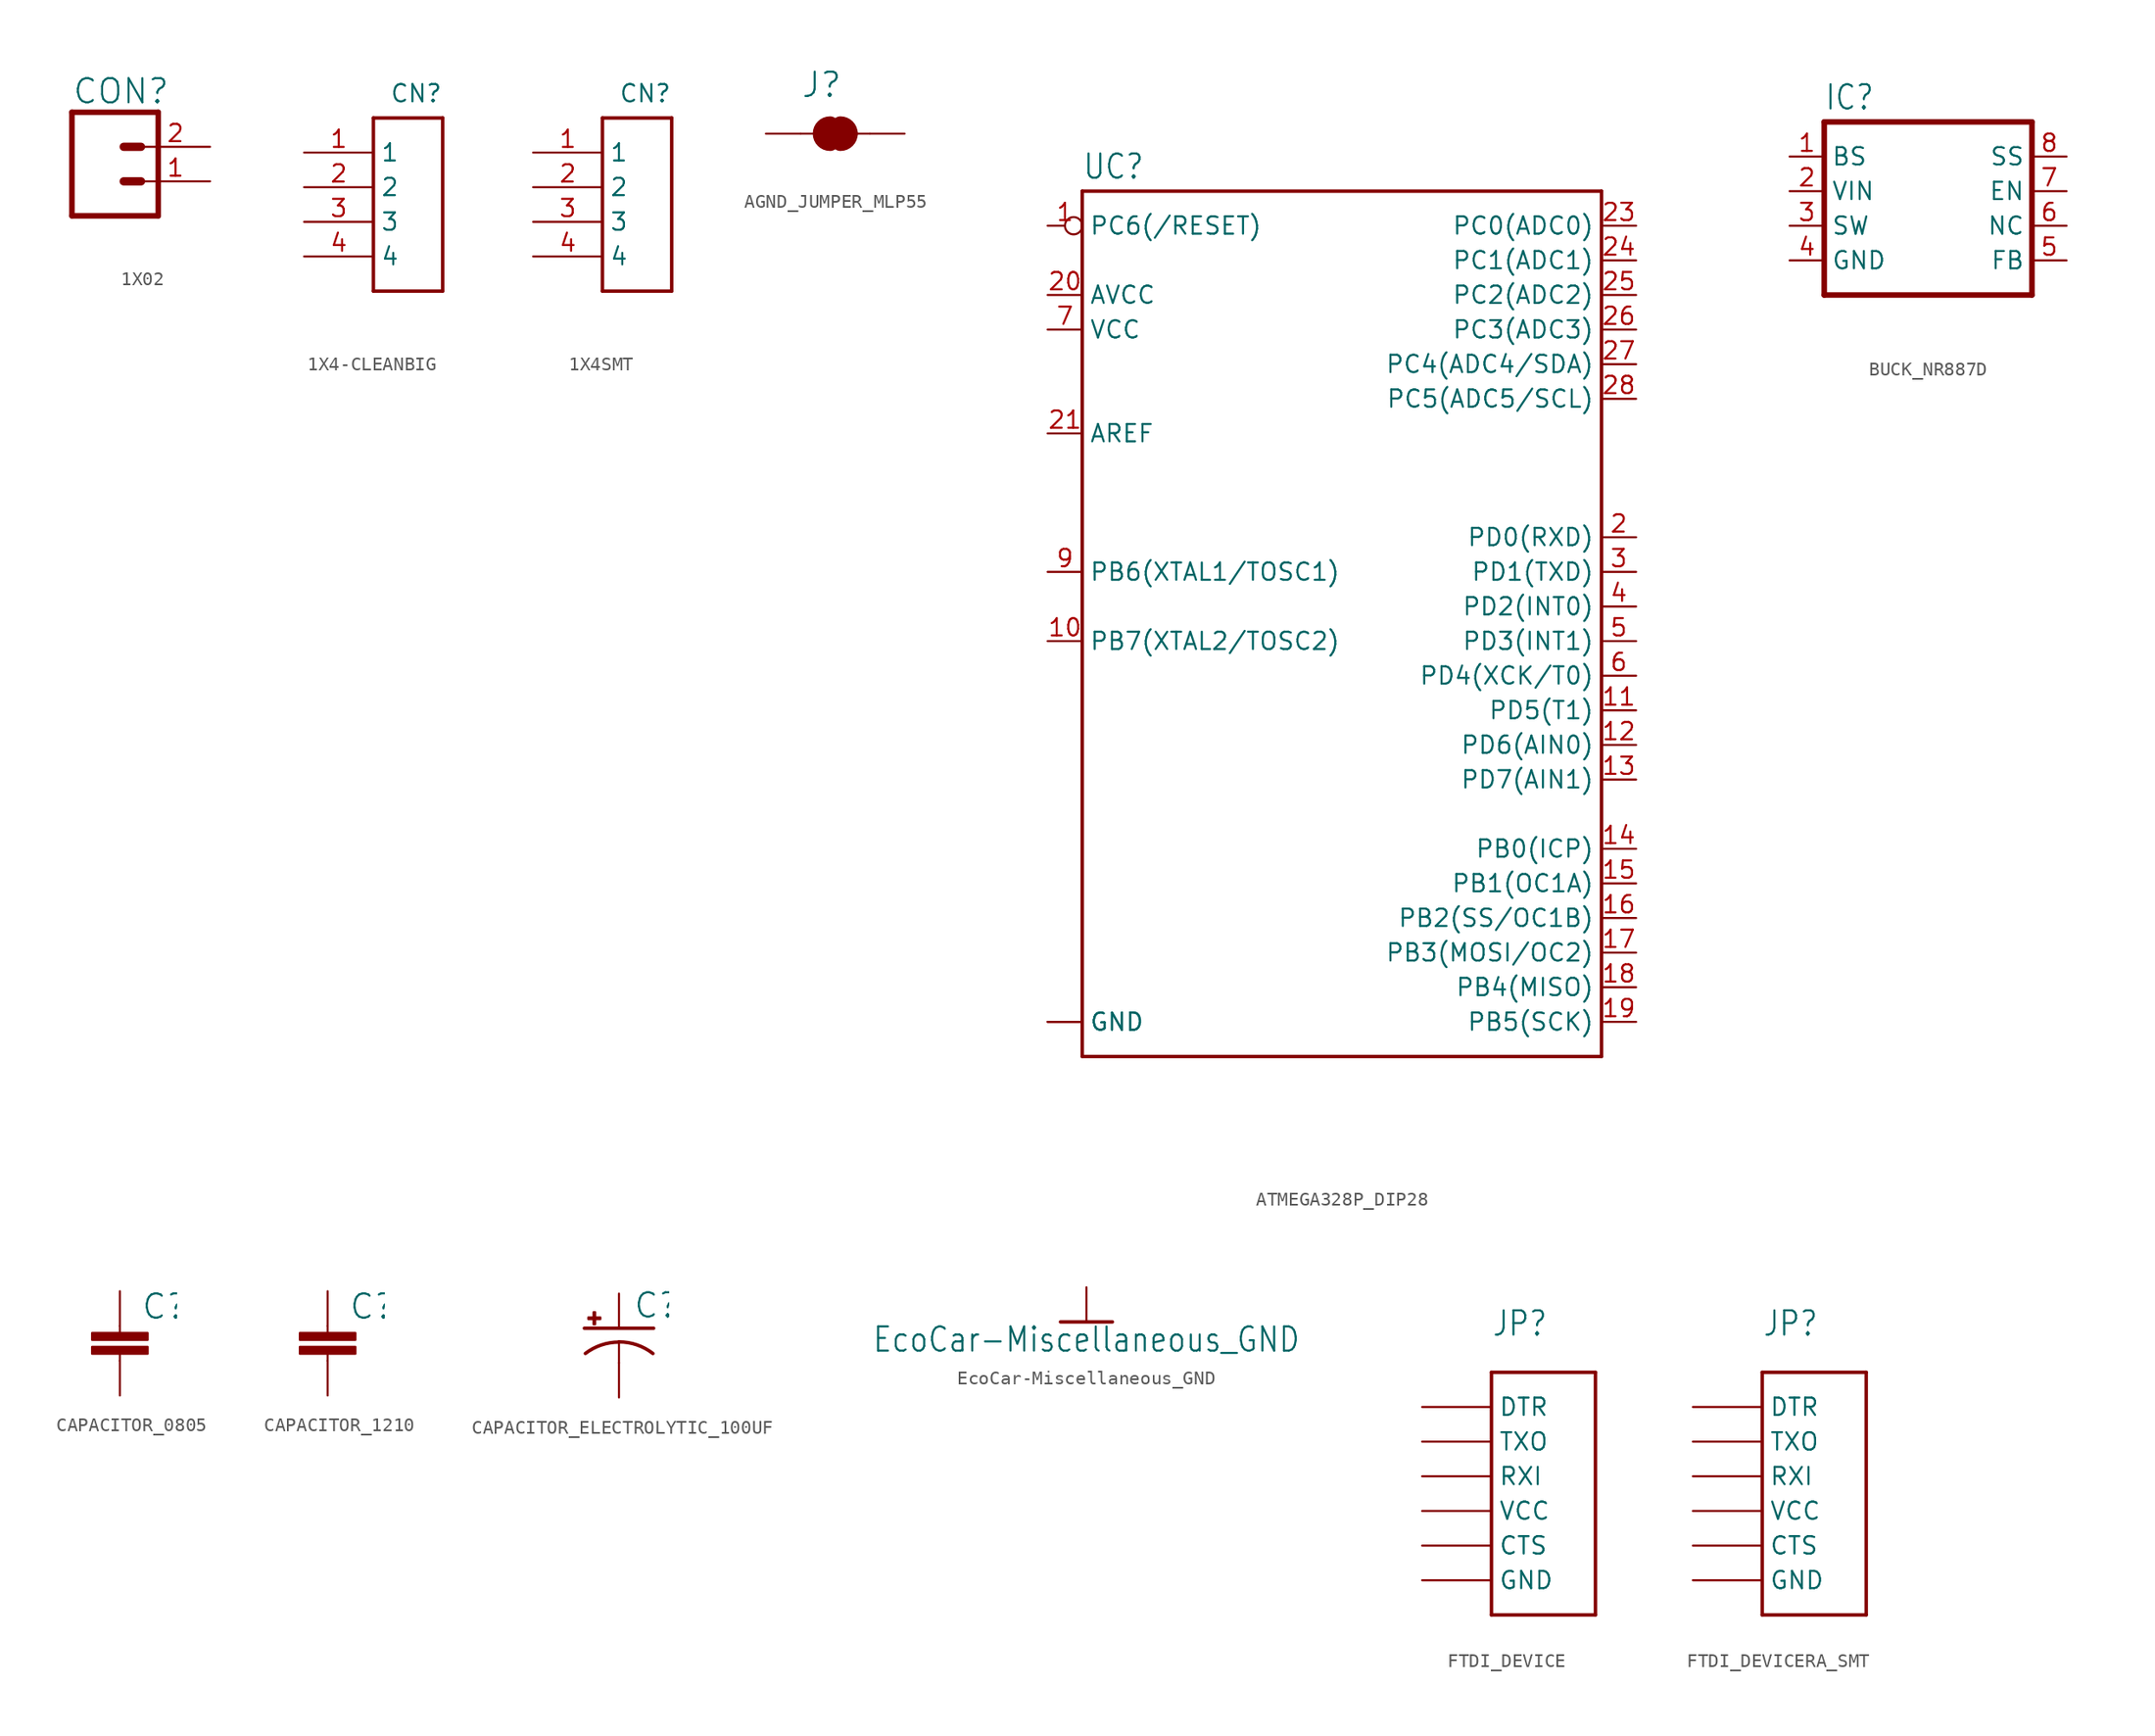
<source format=kicad_sym>
(kicad_symbol_lib
  (version 20220914)
  (generator kicad_symbol_editor)
  (symbol "1X02"
    (property "Reference" "CON"
      (at -2.54 5.588 0)
      (effects (font (size 1.778 1.778)) (justify left bottom)))
    (property "Value" ""
      (at -2.54 -4.826 0)
      (effects (font (size 1.778 1.778)) (justify left bottom)))
    (property "ki_locked" ""
      (at 0 0 0)
      (effects (font (size 1.27 1.27))))
    (symbol "1X02_1_0"
      (polyline (pts (xy -2.54 5.08) (xy -2.54 -2.54)) (stroke (width 0.406) (type solid)) (fill (type none)))
      (polyline (pts (xy -2.54 5.08) (xy 3.81 5.08)) (stroke (width 0.406) (type solid)) (fill (type none)))
      (polyline (pts (xy 1.27 0) (xy 2.54 0)) (stroke (width 0.61) (type solid)) (fill (type none)))
      (polyline (pts (xy 1.27 2.54) (xy 2.54 2.54)) (stroke (width 0.61) (type solid)) (fill (type none)))
      (polyline (pts (xy 3.81 -2.54) (xy -2.54 -2.54)) (stroke (width 0.406) (type solid)) (fill (type none)))
      (polyline (pts (xy 3.81 -2.54) (xy 3.81 5.08)) (stroke (width 0.406) (type solid)) (fill (type none)))
      (pin passive line (at 7.62 0 180) (length 5.08) (name "1" (effects (font (size 0 0)))) (number "1" (effects (font (size 1.27 1.27)))))
      (pin passive line (at 7.62 2.54 180) (length 5.08) (name "2" (effects (font (size 0 0)))) (number "2" (effects (font (size 1.27 1.27)))))))
  (symbol "1X4-CLEANBIG"
    (property "Reference" "CN"
      (at 5.08 7.62 0)
      (effects (font (size 1.27 1.27)) (justify right top)))
    (property "Value" ""
      (at 0 -10.16 0)
      (effects (font (size 1.27 1.27)) (justify left bottom)))
    (property "ki_locked" ""
      (at 0 0 0)
      (effects (font (size 1.27 1.27))))
    (symbol "1X4-CLEANBIG_1_0"
      (polyline (pts (xy 0 -7.62) (xy 0 5.08)) (stroke (width 0.254) (type solid)) (fill (type none)))
      (polyline (pts (xy 0 5.08) (xy 5.08 5.08)) (stroke (width 0.254) (type solid)) (fill (type none)))
      (polyline (pts (xy 5.08 -7.62) (xy 0 -7.62)) (stroke (width 0.254) (type solid)) (fill (type none)))
      (polyline (pts (xy 5.08 5.08) (xy 5.08 -7.62)) (stroke (width 0.254) (type solid)) (fill (type none)))
      (pin bidirectional line (at -5.08 2.54 0) (length 5.08) (name "1" (effects (font (size 1.27 1.27)))) (number "1" (effects (font (size 1.27 1.27)))))
      (pin bidirectional line (at -5.08 0 0) (length 5.08) (name "2" (effects (font (size 1.27 1.27)))) (number "2" (effects (font (size 1.27 1.27)))))
      (pin bidirectional line (at -5.08 -2.54 0) (length 5.08) (name "3" (effects (font (size 1.27 1.27)))) (number "3" (effects (font (size 1.27 1.27)))))
      (pin bidirectional line (at -5.08 -5.08 0) (length 5.08) (name "4" (effects (font (size 1.27 1.27)))) (number "4" (effects (font (size 1.27 1.27)))))))
  (symbol "1X4SMT"
    (property "Reference" "CN"
      (at 5.08 7.62 0)
      (effects (font (size 1.27 1.27)) (justify right top)))
    (property "Value" ""
      (at 0 -10.16 0)
      (effects (font (size 1.27 1.27)) (justify left bottom)))
    (property "ki_locked" ""
      (at 0 0 0)
      (effects (font (size 1.27 1.27))))
    (symbol "1X4SMT_1_0"
      (polyline (pts (xy 0 -7.62) (xy 0 5.08)) (stroke (width 0.254) (type solid)) (fill (type none)))
      (polyline (pts (xy 0 5.08) (xy 5.08 5.08)) (stroke (width 0.254) (type solid)) (fill (type none)))
      (polyline (pts (xy 5.08 -7.62) (xy 0 -7.62)) (stroke (width 0.254) (type solid)) (fill (type none)))
      (polyline (pts (xy 5.08 5.08) (xy 5.08 -7.62)) (stroke (width 0.254) (type solid)) (fill (type none)))
      (pin bidirectional line (at -5.08 2.54 0) (length 5.08) (name "1" (effects (font (size 1.27 1.27)))) (number "1" (effects (font (size 1.27 1.27)))))
      (pin bidirectional line (at -5.08 0 0) (length 5.08) (name "2" (effects (font (size 1.27 1.27)))) (number "2" (effects (font (size 1.27 1.27)))))
      (pin bidirectional line (at -5.08 -2.54 0) (length 5.08) (name "3" (effects (font (size 1.27 1.27)))) (number "3" (effects (font (size 1.27 1.27)))))
      (pin bidirectional line (at -5.08 -5.08 0) (length 5.08) (name "4" (effects (font (size 1.27 1.27)))) (number "4" (effects (font (size 1.27 1.27)))))))
  (symbol "AGND_JUMPER_MLP55"
    (property "Reference" "J"
      (at -2.54 2.54 0)
      (effects (font (size 1.778 1.778)) (justify left bottom)))
    (property "Value" ""
      (at -2.54 -2.54 0)
      (effects (font (size 1.778 1.778)) (justify left top)))
    (property "ki_locked" ""
      (at 0 0 0)
      (effects (font (size 1.27 1.27))))
    (symbol "AGND_JUMPER_MLP55_1_0"
      (arc (start -0.3808 0.635) (mid -1.0159 0.0001) (end -0.381 -0.635) (stroke (width 1.27) (type solid)) (fill (type none)))
      (polyline (pts (xy -2.54 0) (xy -1.651 0)) (stroke (width 0.152) (type solid)) (fill (type none)))
      (polyline (pts (xy -0.762 0) (xy 1.016 0)) (stroke (width 0.254) (type solid)) (fill (type none)))
      (polyline (pts (xy 2.54 0) (xy 1.651 0)) (stroke (width 0.152) (type solid)) (fill (type none)))
      (arc (start 0.3809 -0.6351) (mid 0.83 -0.4491) (end 1.016 0) (stroke (width 1.27) (type solid)) (fill (type none)))
      (arc (start 1.0159 -0.0001) (mid 0.83 0.4489) (end 0.381 0.635) (stroke (width 1.27) (type solid)) (fill (type none)))
      (pin passive line (at -5.08 0 0) (length 2.54) (name "1" (effects (font (size 0 0)))) (number "P$1" (effects (font (size 0 0)))))
      (pin passive line (at 5.08 0 180) (length 2.54) (name "2" (effects (font (size 0 0)))) (number "P$2" (effects (font (size 0 0)))))))
  (symbol "ATMEGA328P_DIP28"
    (property "Reference" "UC"
      (at -17.78 28.702 0)
      (effects (font (size 1.778 1.511)) (justify left bottom)))
    (property "Value" ""
      (at -17.78 -38.1 0)
      (effects (font (size 1.778 1.511)) (justify left bottom)))
    (property "ki_locked" ""
      (at 0 0 0)
      (effects (font (size 1.27 1.27))))
    (symbol "ATMEGA328P_DIP28_1_0"
      (polyline (pts (xy -17.78 -35.56) (xy -17.78 27.94)) (stroke (width 0.254) (type solid)) (fill (type none)))
      (polyline (pts (xy -17.78 27.94) (xy 20.32 27.94)) (stroke (width 0.254) (type solid)) (fill (type none)))
      (polyline (pts (xy 20.32 -35.56) (xy -17.78 -35.56)) (stroke (width 0.254) (type solid)) (fill (type none)))
      (polyline (pts (xy 20.32 27.94) (xy 20.32 -35.56)) (stroke (width 0.254) (type solid)) (fill (type none)))
      (pin bidirectional inverted (at -20.32 25.4 0) (length 2.54) (name "PC6(/RESET)" (effects (font (size 1.27 1.27)))) (number "1" (effects (font (size 1.27 1.27)))))
      (pin bidirectional line (at -20.32 -5.08 0) (length 2.54) (name "PB7(XTAL2/TOSC2)" (effects (font (size 1.27 1.27)))) (number "10" (effects (font (size 1.27 1.27)))))
      (pin bidirectional line (at 22.86 -10.16 180) (length 2.54) (name "PD5(T1)" (effects (font (size 1.27 1.27)))) (number "11" (effects (font (size 1.27 1.27)))))
      (pin bidirectional line (at 22.86 -12.7 180) (length 2.54) (name "PD6(AIN0)" (effects (font (size 1.27 1.27)))) (number "12" (effects (font (size 1.27 1.27)))))
      (pin bidirectional line (at 22.86 -15.24 180) (length 2.54) (name "PD7(AIN1)" (effects (font (size 1.27 1.27)))) (number "13" (effects (font (size 1.27 1.27)))))
      (pin bidirectional line (at 22.86 -20.32 180) (length 2.54) (name "PB0(ICP)" (effects (font (size 1.27 1.27)))) (number "14" (effects (font (size 1.27 1.27)))))
      (pin bidirectional line (at 22.86 -22.86 180) (length 2.54) (name "PB1(OC1A)" (effects (font (size 1.27 1.27)))) (number "15" (effects (font (size 1.27 1.27)))))
      (pin bidirectional line (at 22.86 -25.4 180) (length 2.54) (name "PB2(SS/OC1B)" (effects (font (size 1.27 1.27)))) (number "16" (effects (font (size 1.27 1.27)))))
      (pin bidirectional line (at 22.86 -27.94 180) (length 2.54) (name "PB3(MOSI/OC2)" (effects (font (size 1.27 1.27)))) (number "17" (effects (font (size 1.27 1.27)))))
      (pin bidirectional line (at 22.86 -30.48 180) (length 2.54) (name "PB4(MISO)" (effects (font (size 1.27 1.27)))) (number "18" (effects (font (size 1.27 1.27)))))
      (pin bidirectional line (at 22.86 -33.02 180) (length 2.54) (name "PB5(SCK)" (effects (font (size 1.27 1.27)))) (number "19" (effects (font (size 1.27 1.27)))))
      (pin bidirectional line (at 22.86 2.54 180) (length 2.54) (name "PD0(RXD)" (effects (font (size 1.27 1.27)))) (number "2" (effects (font (size 1.27 1.27)))))
      (pin bidirectional line (at -20.32 20.32 0) (length 2.54) (name "AVCC" (effects (font (size 1.27 1.27)))) (number "20" (effects (font (size 1.27 1.27)))))
      (pin bidirectional line (at -20.32 10.16 0) (length 2.54) (name "AREF" (effects (font (size 1.27 1.27)))) (number "21" (effects (font (size 1.27 1.27)))))
      (pin bidirectional line (at -20.32 -33.02 0) (length 2.54) (name "GND" (effects (font (size 1.27 1.27)))) (number "22" (effects (font (size 0 0)))))
      (pin bidirectional line (at 22.86 25.4 180) (length 2.54) (name "PC0(ADC0)" (effects (font (size 1.27 1.27)))) (number "23" (effects (font (size 1.27 1.27)))))
      (pin bidirectional line (at 22.86 22.86 180) (length 2.54) (name "PC1(ADC1)" (effects (font (size 1.27 1.27)))) (number "24" (effects (font (size 1.27 1.27)))))
      (pin bidirectional line (at 22.86 20.32 180) (length 2.54) (name "PC2(ADC2)" (effects (font (size 1.27 1.27)))) (number "25" (effects (font (size 1.27 1.27)))))
      (pin bidirectional line (at 22.86 17.78 180) (length 2.54) (name "PC3(ADC3)" (effects (font (size 1.27 1.27)))) (number "26" (effects (font (size 1.27 1.27)))))
      (pin bidirectional line (at 22.86 15.24 180) (length 2.54) (name "PC4(ADC4/SDA)" (effects (font (size 1.27 1.27)))) (number "27" (effects (font (size 1.27 1.27)))))
      (pin bidirectional line (at 22.86 12.7 180) (length 2.54) (name "PC5(ADC5/SCL)" (effects (font (size 1.27 1.27)))) (number "28" (effects (font (size 1.27 1.27)))))
      (pin bidirectional line (at 22.86 0 180) (length 2.54) (name "PD1(TXD)" (effects (font (size 1.27 1.27)))) (number "3" (effects (font (size 1.27 1.27)))))
      (pin bidirectional line (at 22.86 -2.54 180) (length 2.54) (name "PD2(INT0)" (effects (font (size 1.27 1.27)))) (number "4" (effects (font (size 1.27 1.27)))))
      (pin bidirectional line (at 22.86 -5.08 180) (length 2.54) (name "PD3(INT1)" (effects (font (size 1.27 1.27)))) (number "5" (effects (font (size 1.27 1.27)))))
      (pin bidirectional line (at 22.86 -7.62 180) (length 2.54) (name "PD4(XCK/T0)" (effects (font (size 1.27 1.27)))) (number "6" (effects (font (size 1.27 1.27)))))
      (pin bidirectional line (at -20.32 17.78 0) (length 2.54) (name "VCC" (effects (font (size 1.27 1.27)))) (number "7" (effects (font (size 1.27 1.27)))))
      (pin bidirectional line (at -20.32 -33.02 0) (length 2.54) (name "GND" (effects (font (size 1.27 1.27)))) (number "8" (effects (font (size 0 0)))))
      (pin bidirectional line (at -20.32 0 0) (length 2.54) (name "PB6(XTAL1/TOSC1)" (effects (font (size 1.27 1.27)))) (number "9" (effects (font (size 1.27 1.27)))))))
  (symbol "BUCK_NR887D"
    (property "Reference" "IC"
      (at 0 13.462 0)
      (effects (font (size 1.778 1.511)) (justify left bottom)))
    (property "Value" ""
      (at 0 -2.54 0)
      (effects (font (size 1.778 1.511)) (justify left bottom)))
    (property "ki_locked" ""
      (at 0 0 0)
      (effects (font (size 1.27 1.27))))
    (symbol "BUCK_NR887D_1_0"
      (polyline (pts (xy 0 0) (xy 15.24 0)) (stroke (width 0.406) (type solid)) (fill (type none)))
      (polyline (pts (xy 0 12.7) (xy 0 0)) (stroke (width 0.406) (type solid)) (fill (type none)))
      (polyline (pts (xy 15.24 0) (xy 15.24 12.7)) (stroke (width 0.406) (type solid)) (fill (type none)))
      (polyline (pts (xy 15.24 12.7) (xy 0 12.7)) (stroke (width 0.406) (type solid)) (fill (type none)))
      (pin bidirectional line (at -2.54 10.16 0) (length 2.54) (name "BS" (effects (font (size 1.27 1.27)))) (number "1" (effects (font (size 1.27 1.27)))))
      (pin bidirectional line (at -2.54 7.62 0) (length 2.54) (name "VIN" (effects (font (size 1.27 1.27)))) (number "2" (effects (font (size 1.27 1.27)))))
      (pin bidirectional line (at -2.54 5.08 0) (length 2.54) (name "SW" (effects (font (size 1.27 1.27)))) (number "3" (effects (font (size 1.27 1.27)))))
      (pin bidirectional line (at -2.54 2.54 0) (length 2.54) (name "GND" (effects (font (size 1.27 1.27)))) (number "4" (effects (font (size 1.27 1.27)))))
      (pin bidirectional line (at 17.78 2.54 180) (length 2.54) (name "FB" (effects (font (size 1.27 1.27)))) (number "5" (effects (font (size 1.27 1.27)))))
      (pin bidirectional line (at 17.78 5.08 180) (length 2.54) (name "NC" (effects (font (size 1.27 1.27)))) (number "6" (effects (font (size 1.27 1.27)))))
      (pin bidirectional line (at 17.78 7.62 180) (length 2.54) (name "EN" (effects (font (size 1.27 1.27)))) (number "7" (effects (font (size 1.27 1.27)))))
      (pin bidirectional line (at 17.78 10.16 180) (length 2.54) (name "SS" (effects (font (size 1.27 1.27)))) (number "8" (effects (font (size 1.27 1.27)))))))
  (symbol "CAPACITOR_0805"
    (property "Reference" "C"
      (at 1.524 2.921 0)
      (effects (font (size 1.778 1.778)) (justify left bottom)))
    (property "Value" ""
      (at 1.524 -2.159 0)
      (effects (font (size 1.778 1.778)) (justify left bottom)))
    (property "ki_locked" ""
      (at 0 0 0)
      (effects (font (size 1.27 1.27))))
    (symbol "CAPACITOR_0805_1_0"
      (rectangle (start -2.032 0.508) (end 2.032 1.016) (stroke (width 0) (type default)) (fill (type outline)))
      (rectangle (start -2.032 1.524) (end 2.032 2.032) (stroke (width 0) (type default)) (fill (type outline)))
      (polyline (pts (xy 0 0) (xy 0 0.508)) (stroke (width 0.152) (type solid)) (fill (type none)))
      (polyline (pts (xy 0 2.54) (xy 0 2.032)) (stroke (width 0.152) (type solid)) (fill (type none)))
      (pin passive line (at 0 5.08 270) (length 2.54) (name "1" (effects (font (size 0 0)))) (number "1" (effects (font (size 0 0)))))
      (pin passive line (at 0 -2.54 90) (length 2.54) (name "2" (effects (font (size 0 0)))) (number "2" (effects (font (size 0 0)))))))
  (symbol "CAPACITOR_1210"
    (property "Reference" "C"
      (at 1.524 2.921 0)
      (effects (font (size 1.778 1.778)) (justify left bottom)))
    (property "Value" ""
      (at 1.524 -2.159 0)
      (effects (font (size 1.778 1.778)) (justify left bottom)))
    (property "ki_locked" ""
      (at 0 0 0)
      (effects (font (size 1.27 1.27))))
    (symbol "CAPACITOR_1210_1_0"
      (rectangle (start -2.032 0.508) (end 2.032 1.016) (stroke (width 0) (type default)) (fill (type outline)))
      (rectangle (start -2.032 1.524) (end 2.032 2.032) (stroke (width 0) (type default)) (fill (type outline)))
      (polyline (pts (xy 0 0) (xy 0 0.508)) (stroke (width 0.152) (type solid)) (fill (type none)))
      (polyline (pts (xy 0 2.54) (xy 0 2.032)) (stroke (width 0.152) (type solid)) (fill (type none)))
      (pin passive line (at 0 5.08 270) (length 2.54) (name "1" (effects (font (size 0 0)))) (number "1" (effects (font (size 0 0)))))
      (pin passive line (at 0 -2.54 90) (length 2.54) (name "2" (effects (font (size 0 0)))) (number "2" (effects (font (size 0 0)))))))
  (symbol "CAPACITOR_ELECTROLYTIC_100UF"
    (property "Reference" "C"
      (at 1.016 0.635 0)
      (effects (font (size 1.778 1.778)) (justify left bottom)))
    (property "Value" ""
      (at 1.016 -4.191 0)
      (effects (font (size 1.778 1.778)) (justify left bottom)))
    (property "ki_locked" ""
      (at 0 0 0)
      (effects (font (size 1.27 1.27))))
    (symbol "CAPACITOR_ELECTROLYTIC_100UF_1_0"
      (rectangle (start -2.253 0.668) (end -1.364 0.795) (stroke (width 0) (type default)) (fill (type outline)))
      (rectangle (start -1.872 0.287) (end -1.745 1.176) (stroke (width 0) (type default)) (fill (type outline)))
      (arc (start 0 -1.0161) (mid -1.3021 -1.2303) (end -2.4669 -1.8504) (stroke (width 0.254) (type solid)) (fill (type none)))
      (polyline (pts (xy -2.54 0) (xy 2.54 0)) (stroke (width 0.254) (type solid)) (fill (type none)))
      (polyline (pts (xy 0 -1.016) (xy 0 -2.54)) (stroke (width 0.152) (type solid)) (fill (type none)))
      (arc (start 2.4892 -1.8541) (mid 1.3158 -1.2194) (end 0 -1) (stroke (width 0.254) (type solid)) (fill (type none)))
      (pin passive line (at 0 2.54 270) (length 2.54) (name "+" (effects (font (size 0 0)))) (number "+" (effects (font (size 0 0)))))
      (pin passive line (at 0 -5.08 90) (length 2.54) (name "-" (effects (font (size 0 0)))) (number "-" (effects (font (size 0 0)))))))
  (symbol "EcoCar-Miscellaneous_GND"
    (power)
    (property "Reference" "#GND"
      (at 0 0 0)
      (effects (font (size 1.27 1.27)) hide))
    (property "Value" "EcoCar-Miscellaneous_GND"
      (at 0 -0.254 0)
      (effects (font (size 1.778 1.511)) (justify top)))
    (property "ki_locked" ""
      (at 0 0 0)
      (effects (font (size 1.27 1.27))))
    (symbol "EcoCar-Miscellaneous_GND_1_0"
      (polyline (pts (xy -1.905 0) (xy 1.905 0)) (stroke (width 0.254) (type solid)) (fill (type none)))
      (pin power_in line (at 0 2.54 270) (length 2.54) (name "GND" (effects (font (size 0 0)))) (number "1" (effects (font (size 0 0)))))))
  (symbol "FTDI_DEVICE"
    (property "Reference" "JP"
      (at 0 10.16 0)
      (effects (font (size 1.778 1.511)) (justify left bottom)))
    (property "Value" ""
      (at 0 7.62 0)
      (effects (font (size 1.778 1.511)) (justify left bottom)))
    (property "ki_locked" ""
      (at 0 0 0)
      (effects (font (size 1.27 1.27))))
    (symbol "FTDI_DEVICE_1_0"
      (polyline (pts (xy 0 -10.16) (xy 7.62 -10.16)) (stroke (width 0.254) (type solid)) (fill (type none)))
      (polyline (pts (xy 0 7.62) (xy 0 -10.16)) (stroke (width 0.254) (type solid)) (fill (type none)))
      (polyline (pts (xy 7.62 -10.16) (xy 7.62 7.62)) (stroke (width 0.254) (type solid)) (fill (type none)))
      (polyline (pts (xy 7.62 7.62) (xy 0 7.62)) (stroke (width 0.254) (type solid)) (fill (type none)))
      (pin bidirectional line (at -5.08 5.08 0) (length 5.08) (name "DTR" (effects (font (size 1.27 1.27)))) (number "P$1" (effects (font (size 0 0)))))
      (pin bidirectional line (at -5.08 2.54 0) (length 5.08) (name "TXO" (effects (font (size 1.27 1.27)))) (number "P$2" (effects (font (size 0 0)))))
      (pin bidirectional line (at -5.08 0 0) (length 5.08) (name "RXI" (effects (font (size 1.27 1.27)))) (number "P$3" (effects (font (size 0 0)))))
      (pin bidirectional line (at -5.08 -2.54 0) (length 5.08) (name "VCC" (effects (font (size 1.27 1.27)))) (number "P$4" (effects (font (size 0 0)))))
      (pin bidirectional line (at -5.08 -5.08 0) (length 5.08) (name "CTS" (effects (font (size 1.27 1.27)))) (number "P$5" (effects (font (size 0 0)))))
      (pin bidirectional line (at -5.08 -7.62 0) (length 5.08) (name "GND" (effects (font (size 1.27 1.27)))) (number "P$6" (effects (font (size 0 0)))))))
  (symbol "FTDI_DEVICERA_SMT"
    (property "Reference" "JP"
      (at 0 10.16 0)
      (effects (font (size 1.778 1.511)) (justify left bottom)))
    (property "Value" ""
      (at 0 7.62 0)
      (effects (font (size 1.778 1.511)) (justify left bottom)))
    (property "ki_locked" ""
      (at 0 0 0)
      (effects (font (size 1.27 1.27))))
    (symbol "FTDI_DEVICERA_SMT_1_0"
      (polyline (pts (xy 0 -10.16) (xy 7.62 -10.16)) (stroke (width 0.254) (type solid)) (fill (type none)))
      (polyline (pts (xy 0 7.62) (xy 0 -10.16)) (stroke (width 0.254) (type solid)) (fill (type none)))
      (polyline (pts (xy 7.62 -10.16) (xy 7.62 7.62)) (stroke (width 0.254) (type solid)) (fill (type none)))
      (polyline (pts (xy 7.62 7.62) (xy 0 7.62)) (stroke (width 0.254) (type solid)) (fill (type none)))
      (pin bidirectional line (at -5.08 5.08 0) (length 5.08) (name "DTR" (effects (font (size 1.27 1.27)))) (number "1" (effects (font (size 0 0)))))
      (pin bidirectional line (at -5.08 2.54 0) (length 5.08) (name "TXO" (effects (font (size 1.27 1.27)))) (number "2" (effects (font (size 0 0)))))
      (pin bidirectional line (at -5.08 0 0) (length 5.08) (name "RXI" (effects (font (size 1.27 1.27)))) (number "3" (effects (font (size 0 0)))))
      (pin bidirectional line (at -5.08 -2.54 0) (length 5.08) (name "VCC" (effects (font (size 1.27 1.27)))) (number "4" (effects (font (size 0 0)))))
      (pin bidirectional line (at -5.08 -5.08 0) (length 5.08) (name "CTS" (effects (font (size 1.27 1.27)))) (number "5" (effects (font (size 0 0)))))
      (pin bidirectional line (at -5.08 -7.62 0) (length 5.08) (name "GND" (effects (font (size 1.27 1.27)))) (number "6" (effects (font (size 0 0))))))))
</source>
